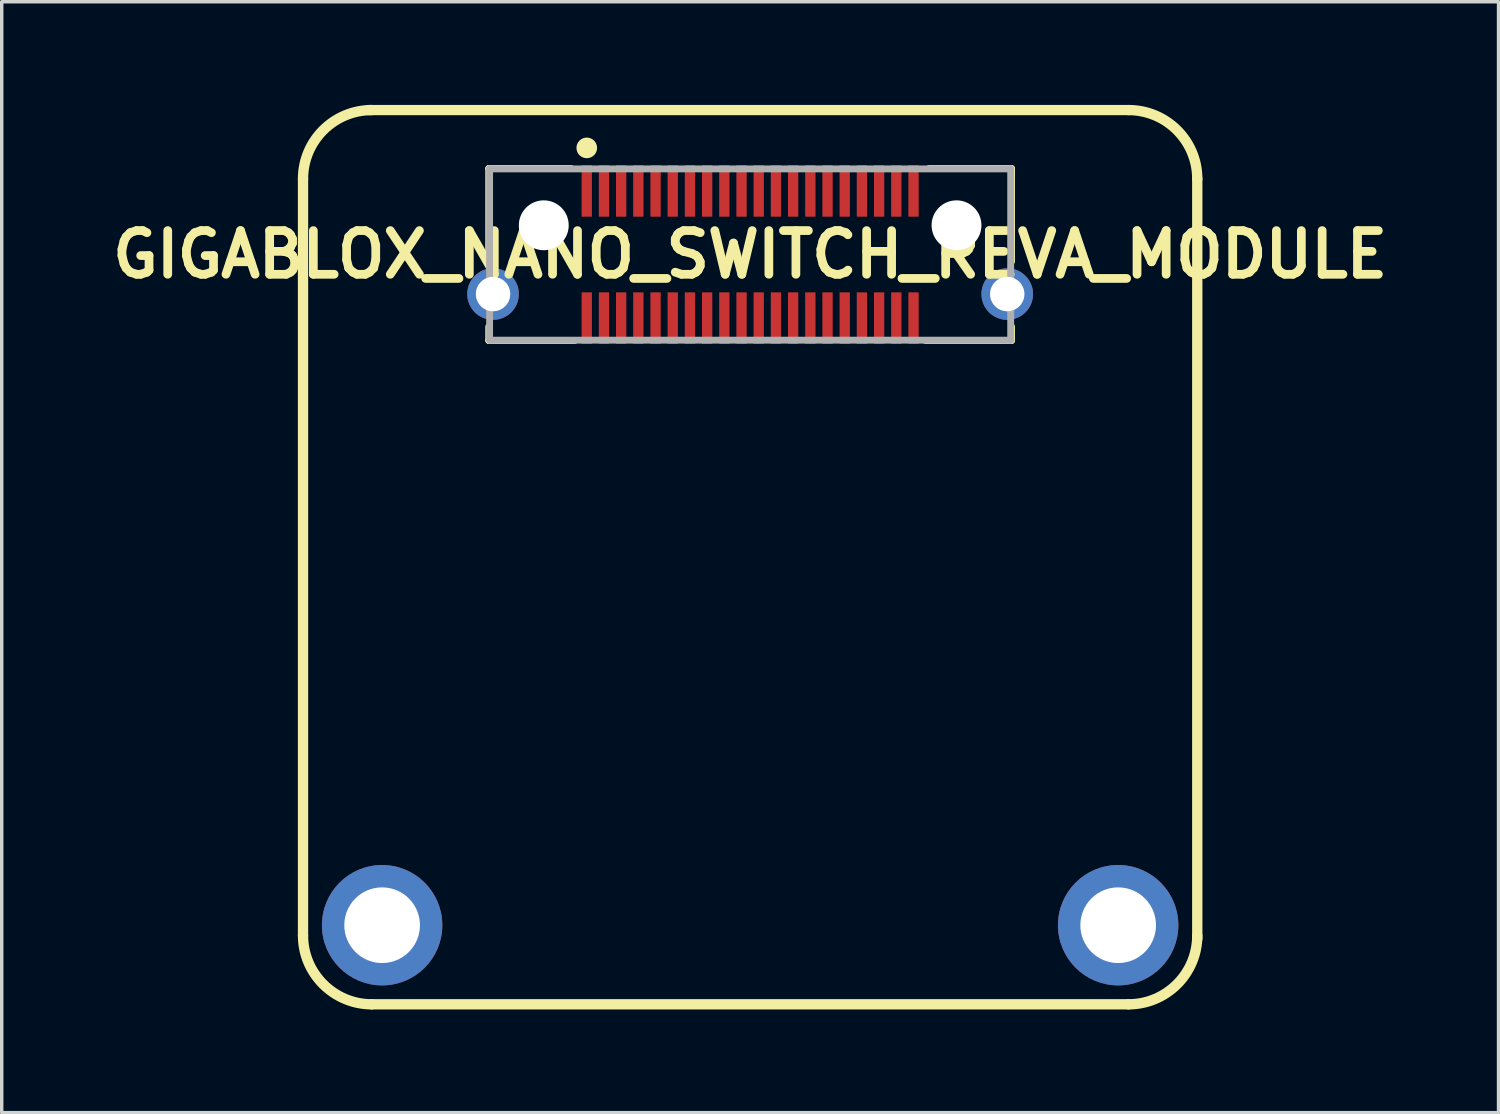
<source format=kicad_pcb>
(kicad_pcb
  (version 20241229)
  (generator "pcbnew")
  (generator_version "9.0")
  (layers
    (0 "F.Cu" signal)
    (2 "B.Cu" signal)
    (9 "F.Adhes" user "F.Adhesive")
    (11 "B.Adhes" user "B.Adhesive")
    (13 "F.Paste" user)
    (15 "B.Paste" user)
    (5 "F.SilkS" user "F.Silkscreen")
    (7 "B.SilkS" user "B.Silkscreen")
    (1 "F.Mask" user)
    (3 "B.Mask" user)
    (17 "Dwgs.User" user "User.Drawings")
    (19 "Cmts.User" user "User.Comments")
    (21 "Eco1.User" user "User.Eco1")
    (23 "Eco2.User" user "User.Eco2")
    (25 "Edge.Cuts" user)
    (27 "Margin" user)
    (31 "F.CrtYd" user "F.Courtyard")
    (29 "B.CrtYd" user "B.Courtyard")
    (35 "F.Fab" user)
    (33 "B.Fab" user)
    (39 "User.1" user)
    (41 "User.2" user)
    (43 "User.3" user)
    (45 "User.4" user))
  (footprint "GIGABLOX_NANO_SWITCH_REVA_MODULE"
    (layer "F.Cu")
    (at 18.76 3.75)
    (property "Reference" "GIGABLOX_NANO_SWITCH_REVA_MODULE" (at 0 0.6 180) (layer "F.SilkS") (effects (font (size 1.27 1.27) (thickness 0.254))))
    (attr through_hole)
    (fp_line (start -13 -1.6) (end -13 20.4) (stroke (width 0.3) (type solid)) (layer "F.SilkS"))
    (fp_line (start -11 22.4) (end 11 22.4) (stroke (width 0.3) (type solid)) (layer "F.SilkS"))
    (fp_line (start -7.6 -1.9) (end -7.6 0.8) (stroke (width 0.2) (type default)) (layer "F.SilkS"))
    (fp_line (start -7.6 2.7) (end -7.6 3.1) (stroke (width 0.2) (type default)) (layer "F.SilkS"))
    (fp_line (start -7.6 3.1) (end -5.1 3.1) (stroke (width 0.2) (type default)) (layer "F.SilkS"))
    (fp_line (start -5.2 -1.9) (end -7.6 -1.9) (stroke (width 0.2) (type default)) (layer "F.SilkS"))
    (fp_line (start 5.1 3.1) (end 7.6 3.1) (stroke (width 0.2) (type default)) (layer "F.SilkS"))
    (fp_line (start 5.2 -1.9) (end 7.6 -1.9) (stroke (width 0.2) (type default)) (layer "F.SilkS"))
    (fp_line (start 7.6 -1.9) (end 7.6 0.8) (stroke (width 0.2) (type default)) (layer "F.SilkS"))
    (fp_line (start 7.6 3.1) (end 7.6 2.7) (stroke (width 0.2) (type default)) (layer "F.SilkS"))
    (fp_line (start 11 -3.6) (end -11.1 -3.6) (stroke (width 0.3) (type solid)) (layer "F.SilkS"))
    (fp_line (start 13 20.5) (end 13 -1.6) (stroke (width 0.3) (type solid)) (layer "F.SilkS"))
    (fp_arc (start -13 -1.6) (mid -12.414214 -3.014214) (end -11 -3.6) (stroke (width 0.3) (type solid)) (layer "F.SilkS"))
    (fp_arc (start -11 22.4) (mid -12.414214 21.814214) (end -13 20.4) (stroke (width 0.3) (type solid)) (layer "F.SilkS"))
    (fp_arc (start 11 -3.6) (mid 12.414214 -3.014214) (end 13 -1.6) (stroke (width 0.3) (type solid)) (layer "F.SilkS"))
    (fp_arc (start 13 20.4) (mid 12.414214 21.814214) (end 11 22.4) (stroke (width 0.3) (type solid)) (layer "F.SilkS"))
    (fp_circle (center -4.75 -2.5) (end -4.6 -2.5) (stroke (width 0.3) (type solid)) (fill no) (layer "F.SilkS"))
    (fp_line (start -7.575 -1.89) (end 7.575 -1.89) (stroke (width 0.2) (type solid)) (layer "F.Fab"))
    (fp_line (start -7.575 3.09) (end -7.575 -1.89) (stroke (width 0.2) (type solid)) (layer "F.Fab"))
    (fp_line (start 7.575 -1.89) (end 7.575 3.09) (stroke (width 0.2) (type solid)) (layer "F.Fab"))
    (fp_line (start 7.575 3.09) (end -7.575 3.09) (stroke (width 0.2) (type solid)) (layer "F.Fab"))
    (pad "" np_thru_hole circle (at -6 -0.25 180) (size 1.45 1.45) (drill 1.45) (layers "*.Cu" "*.Mask"))
    (pad "" np_thru_hole circle (at 6 -0.25 180) (size 1.45 1.45) (drill 1.45) (layers "*.Cu" "*.Mask"))
    (pad "1" smd rect (at -4.75 -1.25 180) (size 0.3 1.5) (layers "F.Cu" "F.Mask" "F.Paste"))
    (pad "2" smd rect (at -4.75 2.45 180) (size 0.3 1.5) (layers "F.Cu" "F.Mask" "F.Paste"))
    (pad "3" smd rect (at -4.25 -1.25 180) (size 0.3 1.5) (layers "F.Cu" "F.Mask" "F.Paste"))
    (pad "4" smd rect (at -4.25 2.45 180) (size 0.3 1.5) (layers "F.Cu" "F.Mask" "F.Paste"))
    (pad "5" smd rect (at -3.75 -1.25 180) (size 0.3 1.5) (layers "F.Cu" "F.Mask" "F.Paste"))
    (pad "6" smd rect (at -3.75 2.45 180) (size 0.3 1.5) (layers "F.Cu" "F.Mask" "F.Paste"))
    (pad "7" smd rect (at -3.25 -1.25 180) (size 0.3 1.5) (layers "F.Cu" "F.Mask" "F.Paste"))
    (pad "8" smd rect (at -3.25 2.45 180) (size 0.3 1.5) (layers "F.Cu" "F.Mask" "F.Paste"))
    (pad "9" smd rect (at -2.75 -1.25 180) (size 0.3 1.5) (layers "F.Cu" "F.Mask" "F.Paste"))
    (pad "10" smd rect (at -2.75 2.45 180) (size 0.3 1.5) (layers "F.Cu" "F.Mask" "F.Paste"))
    (pad "11" smd rect (at -2.25 -1.25 180) (size 0.3 1.5) (layers "F.Cu" "F.Mask" "F.Paste"))
    (pad "12" smd rect (at -2.25 2.45 180) (size 0.3 1.5) (layers "F.Cu" "F.Mask" "F.Paste"))
    (pad "13" smd rect (at -1.75 -1.25 180) (size 0.3 1.5) (layers "F.Cu" "F.Mask" "F.Paste"))
    (pad "14" smd rect (at -1.75 2.45 180) (size 0.3 1.5) (layers "F.Cu" "F.Mask" "F.Paste"))
    (pad "15" smd rect (at -1.25 -1.25 180) (size 0.3 1.5) (layers "F.Cu" "F.Mask" "F.Paste"))
    (pad "16" smd rect (at -1.25 2.45 180) (size 0.3 1.5) (layers "F.Cu" "F.Mask" "F.Paste"))
    (pad "17" smd rect (at -0.75 -1.25 180) (size 0.3 1.5) (layers "F.Cu" "F.Mask" "F.Paste"))
    (pad "18" smd rect (at -0.75 2.45 180) (size 0.3 1.5) (layers "F.Cu" "F.Mask" "F.Paste"))
    (pad "19" smd rect (at -0.25 -1.25 180) (size 0.3 1.5) (layers "F.Cu" "F.Mask" "F.Paste"))
    (pad "20" smd rect (at -0.25 2.45 180) (size 0.3 1.5) (layers "F.Cu" "F.Mask" "F.Paste"))
    (pad "21" smd rect (at 0.25 -1.25 180) (size 0.3 1.5) (layers "F.Cu" "F.Mask" "F.Paste"))
    (pad "22" smd rect (at 0.25 2.45 180) (size 0.3 1.5) (layers "F.Cu" "F.Mask" "F.Paste"))
    (pad "23" smd rect (at 0.75 -1.25 180) (size 0.3 1.5) (layers "F.Cu" "F.Mask" "F.Paste"))
    (pad "24" smd rect (at 0.75 2.45 180) (size 0.3 1.5) (layers "F.Cu" "F.Mask" "F.Paste"))
    (pad "25" smd rect (at 1.25 -1.25 180) (size 0.3 1.5) (layers "F.Cu" "F.Mask" "F.Paste"))
    (pad "26" smd rect (at 1.25 2.45 180) (size 0.3 1.5) (layers "F.Cu" "F.Mask" "F.Paste"))
    (pad "27" smd rect (at 1.75 -1.25 180) (size 0.3 1.5) (layers "F.Cu" "F.Mask" "F.Paste"))
    (pad "28" smd rect (at 1.75 2.45 180) (size 0.3 1.5) (layers "F.Cu" "F.Mask" "F.Paste"))
    (pad "29" smd rect (at 2.25 -1.25 180) (size 0.3 1.5) (layers "F.Cu" "F.Mask" "F.Paste"))
    (pad "30" smd rect (at 2.25 2.45 180) (size 0.3 1.5) (layers "F.Cu" "F.Mask" "F.Paste"))
    (pad "31" smd rect (at 2.75 -1.25 180) (size 0.3 1.5) (layers "F.Cu" "F.Mask" "F.Paste"))
    (pad "32" smd rect (at 2.75 2.45 180) (size 0.3 1.5) (layers "F.Cu" "F.Mask" "F.Paste"))
    (pad "33" smd rect (at 3.25 -1.25 180) (size 0.3 1.5) (layers "F.Cu" "F.Mask" "F.Paste"))
    (pad "34" smd rect (at 3.25 2.45 180) (size 0.3 1.5) (layers "F.Cu" "F.Mask" "F.Paste"))
    (pad "35" smd rect (at 3.75 -1.25 180) (size 0.3 1.5) (layers "F.Cu" "F.Mask" "F.Paste"))
    (pad "36" smd rect (at 3.75 2.45 180) (size 0.3 1.5) (layers "F.Cu" "F.Mask" "F.Paste"))
    (pad "37" smd rect (at 4.25 -1.25 180) (size 0.3 1.5) (layers "F.Cu" "F.Mask" "F.Paste"))
    (pad "38" smd rect (at 4.25 2.45 180) (size 0.3 1.5) (layers "F.Cu" "F.Mask" "F.Paste"))
    (pad "39" smd rect (at 4.75 -1.25 180) (size 0.3 1.5) (layers "F.Cu" "F.Mask" "F.Paste"))
    (pad "40" smd rect (at 4.75 2.45 180) (size 0.3 1.5) (layers "F.Cu" "F.Mask" "F.Paste"))
    (pad "MH1" thru_hole circle (at -10.7 20.1) (size 3.5 3.5) (drill 2.2) (layers "*.Cu" "*.Mask"))
    (pad "MH2" thru_hole circle (at 10.7 20.1) (size 3.5 3.5) (drill 2.2) (layers "*.Cu" "*.Mask"))
    (pad "S1" thru_hole circle (at 7.475 1.75 180) (size 1.5 1.5) (drill 1) (layers "*.Cu" "*.Mask"))
    (pad "S2" thru_hole circle (at -7.475 1.75 180) (size 1.5 1.5) (drill 1) (layers "*.Cu" "*.Mask")))
  (gr_rect
    (start -3 -3)
    (end 40.519 29.3)
    (stroke (width 0.1) (type default))
    (fill no)
    (layer "Edge.Cuts")))
</source>
